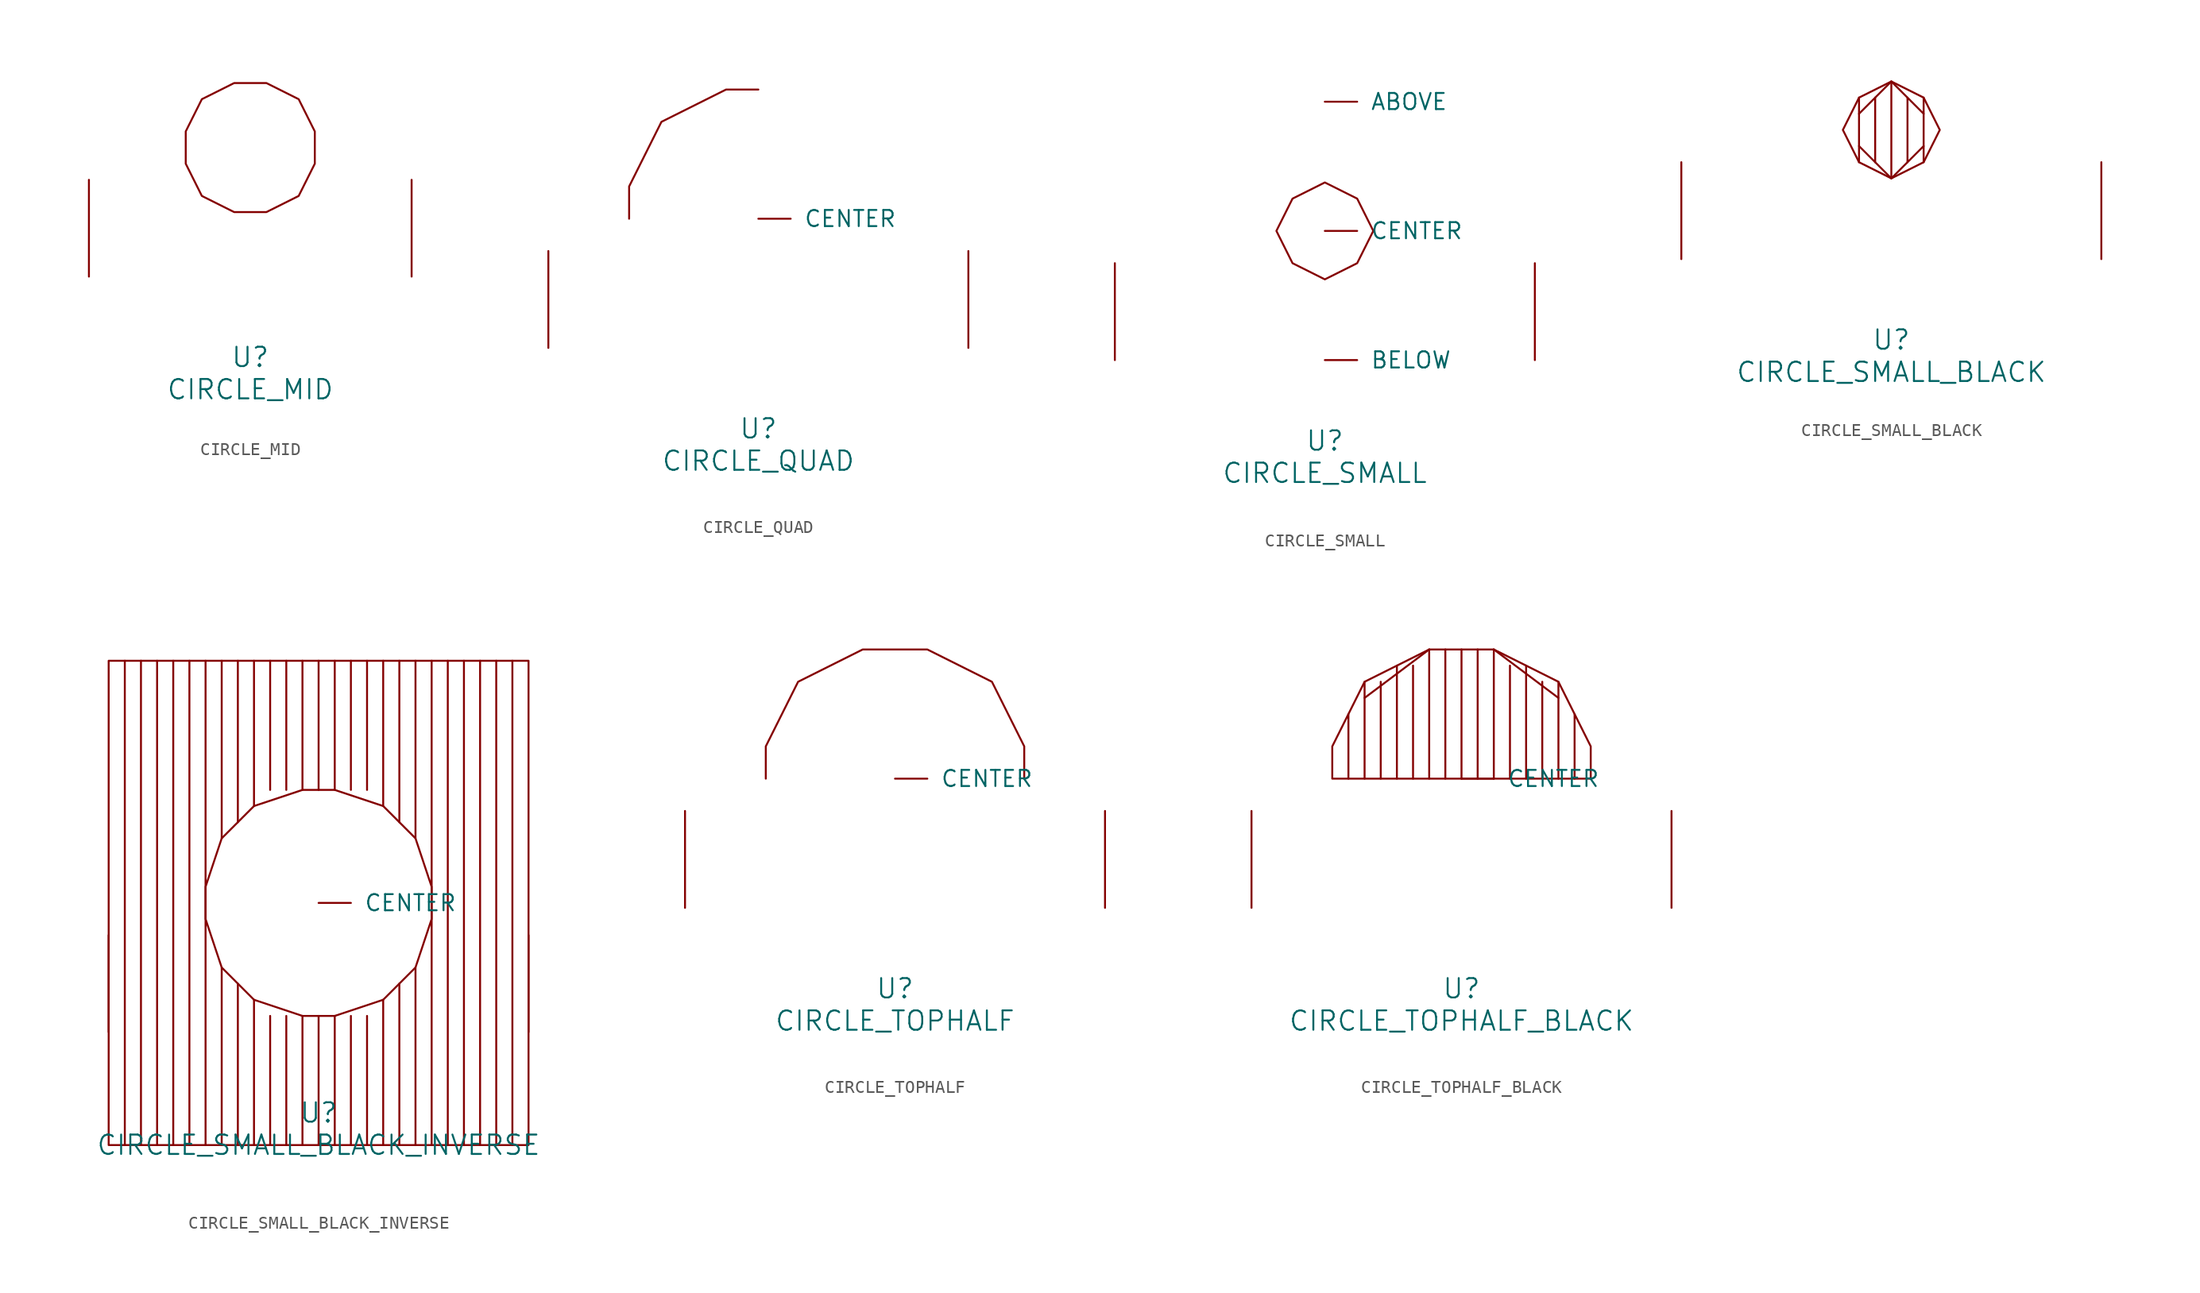
<source format=kicad_sym>
(kicad_symbol_lib
  (version 20220914)
  (generator font_lib2sym)
  (symbol "CIRCLE_MID"
    (pin_names
      (offset 1.016))
    (property "Reference" "U"
      (at 0 -6.35 0)
      (effects (font (size 1.524 1.524))))
    (property "Value" "CIRCLE_MID"
      (at 0 -8.89 0)
      (effects (font (size 1.524 1.524))))
    (symbol "CIRCLE_MID_0_1"
      (polyline (pts (xy 5.08 11.43) (xy 3.81 13.97) (xy 1.27 15.24) (xy -1.27 15.24) (xy -3.81 13.97) (xy -5.08 11.43) (xy -5.08 8.89) (xy -3.81 6.35) (xy -1.27 5.08) (xy 1.27 5.08) (xy 3.81 6.35) (xy 5.08 8.89) (xy 5.08 11.43)) (stroke (width 0) (type solid)) (fill (type none)))
      (pin input line (at -12.7 0 90) (length 7.62) (name "~" (effects (font (size 1.27 1.27)))) (number "~" (effects (font (size 1.27 1.27)))))
      (pin input line (at 12.7 0 90) (length 7.62) (name "~" (effects (font (size 1.27 1.27)))) (number "~" (effects (font (size 1.27 1.27)))))))
  (symbol "CIRCLE_QUAD"
    (pin_names
      (offset 1.016))
    (property "Reference" "U"
      (at 0 -6.35 0)
      (effects (font (size 1.524 1.524))))
    (property "Value" "CIRCLE_QUAD"
      (at 0 -8.89 0)
      (effects (font (size 1.524 1.524))))
    (symbol "CIRCLE_QUAD_0_1"
      (polyline (pts (xy -10.16 10.16) (xy -10.16 12.7) (xy -7.62 17.78) (xy -2.54 20.32) (xy 0 20.32)) (stroke (width 0) (type solid)) (fill (type none)))
      (pin input line (at 0 10.16 0) (length 2.54) (name "CENTER" (effects (font (size 1.27 1.27)))) (number "~" (effects (font (size 1.27 1.27)))))
      (pin input line (at -16.51 0 90) (length 7.62) (name "~" (effects (font (size 1.27 1.27)))) (number "~" (effects (font (size 1.27 1.27)))))
      (pin input line (at 16.51 0 90) (length 7.62) (name "~" (effects (font (size 1.27 1.27)))) (number "~" (effects (font (size 1.27 1.27)))))))
  (symbol "CIRCLE_SMALL"
    (pin_names
      (offset 1.016))
    (property "Reference" "U"
      (at 0 -6.35 0)
      (effects (font (size 1.524 1.524))))
    (property "Value" "CIRCLE_SMALL"
      (at 0 -8.89 0)
      (effects (font (size 1.524 1.524))))
    (symbol "CIRCLE_SMALL_0_1"
      (polyline (pts (xy -2.54 12.7) (xy 0 13.97) (xy 2.54 12.7) (xy 3.81 10.16) (xy 2.54 7.62) (xy 0 6.35) (xy -2.54 7.62) (xy -3.81 10.16) (xy -2.54 12.7)) (stroke (width 0) (type solid)) (fill (type none)))
      (pin input line (at 0 20.32 0) (length 2.54) (name "ABOVE" (effects (font (size 1.27 1.27)))) (number "~" (effects (font (size 1.27 1.27)))))
      (pin input line (at 0 0 0) (length 2.54) (name "BELOW" (effects (font (size 1.27 1.27)))) (number "~" (effects (font (size 1.27 1.27)))))
      (pin input line (at 0 10.16 0) (length 2.54) (name "CENTER" (effects (font (size 1.27 1.27)))) (number "~" (effects (font (size 1.27 1.27)))))
      (pin input line (at -16.51 0 90) (length 7.62) (name "~" (effects (font (size 1.27 1.27)))) (number "~" (effects (font (size 1.27 1.27)))))
      (pin input line (at 16.51 0 90) (length 7.62) (name "~" (effects (font (size 1.27 1.27)))) (number "~" (effects (font (size 1.27 1.27)))))))
  (symbol "CIRCLE_SMALL_BLACK"
    (pin_names
      (offset 1.016))
    (property "Reference" "U"
      (at 0 -6.35 0)
      (effects (font (size 1.524 1.524))))
    (property "Value" "CIRCLE_SMALL_BLACK"
      (at 0 -8.89 0)
      (effects (font (size 1.524 1.524))))
    (symbol "CIRCLE_SMALL_BLACK_0_1"
      (polyline (pts (xy -2.54 12.7) (xy -2.54 7.62)) (stroke (width 0) (type solid)) (fill (type none)))
      (polyline (pts (xy -1.27 7.62) (xy -1.27 12.7)) (stroke (width 0) (type solid)) (fill (type none)))
      (polyline (pts (xy 0 13.97) (xy 0 6.35)) (stroke (width 0) (type solid)) (fill (type none)))
      (polyline (pts (xy 1.27 7.62) (xy 1.27 12.7)) (stroke (width 0) (type solid)) (fill (type none)))
      (polyline (pts (xy 2.54 12.7) (xy 2.54 7.62)) (stroke (width 0) (type solid)) (fill (type none)))
      (polyline (pts (xy -2.54 8.89) (xy 0 6.35) (xy 2.54 8.89)) (stroke (width 0) (type solid)) (fill (type none)))
      (polyline (pts (xy -2.54 11.43) (xy 0 13.97) (xy 2.54 11.43)) (stroke (width 0) (type solid)) (fill (type none)))
      (polyline (pts (xy -2.54 12.7) (xy 0 13.97) (xy 2.54 12.7) (xy 3.81 10.16) (xy 2.54 7.62) (xy 0 6.35) (xy -2.54 7.62) (xy -3.81 10.16) (xy -2.54 12.7)) (stroke (width 0) (type solid)) (fill (type none)))
      (pin input line (at -16.51 0 90) (length 7.62) (name "~" (effects (font (size 1.27 1.27)))) (number "~" (effects (font (size 1.27 1.27)))))
      (pin input line (at 16.51 0 90) (length 7.62) (name "~" (effects (font (size 1.27 1.27)))) (number "~" (effects (font (size 1.27 1.27)))))))
  (symbol "CIRCLE_SMALL_BLACK_INVERSE"
    (pin_names
      (offset 1.016))
    (property "Reference" "U"
      (at 0 -6.35 0)
      (effects (font (size 1.524 1.524))))
    (property "Value" "CIRCLE_SMALL_BLACK_INVERSE"
      (at 0 -8.89 0)
      (effects (font (size 1.524 1.524))))
    (symbol "CIRCLE_SMALL_BLACK_INVERSE_0_1"
      (polyline (pts (xy -15.24 29.21) (xy -15.24 -8.89)) (stroke (width 0) (type solid)) (fill (type none)))
      (polyline (pts (xy -13.97 -8.89) (xy -13.97 29.21)) (stroke (width 0) (type solid)) (fill (type none)))
      (polyline (pts (xy -12.7 29.21) (xy -12.7 -8.89)) (stroke (width 0) (type solid)) (fill (type none)))
      (polyline (pts (xy -11.43 -8.89) (xy -11.43 29.21)) (stroke (width 0) (type solid)) (fill (type none)))
      (polyline (pts (xy -10.16 29.21) (xy -10.16 -8.89)) (stroke (width 0) (type solid)) (fill (type none)))
      (polyline (pts (xy -8.89 -8.89) (xy -8.89 29.21)) (stroke (width 0) (type solid)) (fill (type none)))
      (polyline (pts (xy -7.62 -8.89) (xy -7.62 5.08)) (stroke (width 0) (type solid)) (fill (type none)))
      (polyline (pts (xy -7.62 29.21) (xy -7.62 15.24)) (stroke (width 0) (type solid)) (fill (type none)))
      (polyline (pts (xy -6.35 3.81) (xy -6.35 -8.89)) (stroke (width 0) (type solid)) (fill (type none)))
      (polyline (pts (xy -6.35 16.51) (xy -6.35 29.21)) (stroke (width 0) (type solid)) (fill (type none)))
      (polyline (pts (xy -5.08 -8.89) (xy -5.08 2.54)) (stroke (width 0) (type solid)) (fill (type none)))
      (polyline (pts (xy -5.08 29.21) (xy -5.08 17.78)) (stroke (width 0) (type solid)) (fill (type none)))
      (polyline (pts (xy -3.81 1.27) (xy -3.81 -8.89)) (stroke (width 0) (type solid)) (fill (type none)))
      (polyline (pts (xy -3.81 19.05) (xy -3.81 29.21)) (stroke (width 0) (type solid)) (fill (type none)))
      (polyline (pts (xy -2.54 -8.89) (xy -2.54 1.27)) (stroke (width 0) (type solid)) (fill (type none)))
      (polyline (pts (xy -2.54 29.21) (xy -2.54 19.05)) (stroke (width 0) (type solid)) (fill (type none)))
      (polyline (pts (xy -1.27 1.27) (xy -1.27 -8.89)) (stroke (width 0) (type solid)) (fill (type none)))
      (polyline (pts (xy -1.27 19.05) (xy -1.27 29.21)) (stroke (width 0) (type solid)) (fill (type none)))
      (polyline (pts (xy 0 -8.89) (xy 0 1.27)) (stroke (width 0) (type solid)) (fill (type none)))
      (polyline (pts (xy 0 29.21) (xy 0 19.05)) (stroke (width 0) (type solid)) (fill (type none)))
      (polyline (pts (xy 1.27 1.27) (xy 1.27 -8.89)) (stroke (width 0) (type solid)) (fill (type none)))
      (polyline (pts (xy 1.27 19.05) (xy 1.27 29.21)) (stroke (width 0) (type solid)) (fill (type none)))
      (polyline (pts (xy 2.54 -8.89) (xy 2.54 1.27)) (stroke (width 0) (type solid)) (fill (type none)))
      (polyline (pts (xy 2.54 29.21) (xy 2.54 19.05)) (stroke (width 0) (type solid)) (fill (type none)))
      (polyline (pts (xy 3.81 1.27) (xy 3.81 -8.89)) (stroke (width 0) (type solid)) (fill (type none)))
      (polyline (pts (xy 3.81 19.05) (xy 3.81 29.21)) (stroke (width 0) (type solid)) (fill (type none)))
      (polyline (pts (xy 5.08 -8.89) (xy 5.08 2.54)) (stroke (width 0) (type solid)) (fill (type none)))
      (polyline (pts (xy 5.08 29.21) (xy 5.08 17.78)) (stroke (width 0) (type solid)) (fill (type none)))
      (polyline (pts (xy 6.35 3.81) (xy 6.35 -8.89)) (stroke (width 0) (type solid)) (fill (type none)))
      (polyline (pts (xy 6.35 16.51) (xy 6.35 29.21)) (stroke (width 0) (type solid)) (fill (type none)))
      (polyline (pts (xy 7.62 -8.89) (xy 7.62 5.08)) (stroke (width 0) (type solid)) (fill (type none)))
      (polyline (pts (xy 7.62 29.21) (xy 7.62 15.24)) (stroke (width 0) (type solid)) (fill (type none)))
      (polyline (pts (xy 8.89 -8.89) (xy 8.89 29.21)) (stroke (width 0) (type solid)) (fill (type none)))
      (polyline (pts (xy 10.16 29.21) (xy 10.16 -8.89)) (stroke (width 0) (type solid)) (fill (type none)))
      (polyline (pts (xy 11.43 -8.89) (xy 11.43 29.21)) (stroke (width 0) (type solid)) (fill (type none)))
      (polyline (pts (xy 12.7 29.21) (xy 12.7 -8.89)) (stroke (width 0) (type solid)) (fill (type none)))
      (polyline (pts (xy 13.97 -8.89) (xy 13.97 29.21)) (stroke (width 0) (type solid)) (fill (type none)))
      (polyline (pts (xy 15.24 29.21) (xy 15.24 -8.89)) (stroke (width 0) (type solid)) (fill (type none)))
      (polyline (pts (xy 16.51 -8.89) (xy -16.51 -8.89) (xy -16.51 29.21) (xy 16.51 29.21) (xy 16.51 -8.89)) (stroke (width 0) (type solid)) (fill (type none)))
      (polyline (pts (xy -8.89 8.89) (xy -8.89 11.43) (xy -7.62 15.24) (xy -5.08 17.78) (xy -1.27 19.05) (xy 1.27 19.05) (xy 5.08 17.78) (xy 7.62 15.24) (xy 8.89 11.43) (xy 8.89 8.89) (xy 7.62 5.08) (xy 5.08 2.54) (xy 1.27 1.27) (xy -1.27 1.27) (xy -5.08 2.54) (xy -7.62 5.08) (xy -8.89 8.89)) (stroke (width 0) (type solid)) (fill (type none)))
      (pin input line (at 0 10.16 0) (length 2.54) (name "CENTER" (effects (font (size 1.27 1.27)))) (number "~" (effects (font (size 1.27 1.27)))))
      (pin input line (at -16.51 0 90) (length 7.62) (name "~" (effects (font (size 1.27 1.27)))) (number "~" (effects (font (size 1.27 1.27)))))
      (pin input line (at 16.51 0 90) (length 7.62) (name "~" (effects (font (size 1.27 1.27)))) (number "~" (effects (font (size 1.27 1.27)))))))
  (symbol "CIRCLE_TOPHALF"
    (pin_names
      (offset 1.016))
    (property "Reference" "U"
      (at 0 -6.35 0)
      (effects (font (size 1.524 1.524))))
    (property "Value" "CIRCLE_TOPHALF"
      (at 0 -8.89 0)
      (effects (font (size 1.524 1.524))))
    (symbol "CIRCLE_TOPHALF_0_1"
      (polyline (pts (xy -10.16 10.16) (xy -10.16 12.7) (xy -7.62 17.78) (xy -2.54 20.32) (xy 2.54 20.32) (xy 7.62 17.78) (xy 10.16 12.7) (xy 10.16 10.16)) (stroke (width 0) (type solid)) (fill (type none)))
      (pin input line (at 0 10.16 0) (length 2.54) (name "CENTER" (effects (font (size 1.27 1.27)))) (number "~" (effects (font (size 1.27 1.27)))))
      (pin input line (at -16.51 0 90) (length 7.62) (name "~" (effects (font (size 1.27 1.27)))) (number "~" (effects (font (size 1.27 1.27)))))
      (pin input line (at 16.51 0 90) (length 7.62) (name "~" (effects (font (size 1.27 1.27)))) (number "~" (effects (font (size 1.27 1.27)))))))
  (symbol "CIRCLE_TOPHALF_BLACK"
    (pin_names
      (offset 1.016))
    (property "Reference" "U"
      (at 0 -6.35 0)
      (effects (font (size 1.524 1.524))))
    (property "Value" "CIRCLE_TOPHALF_BLACK"
      (at 0 -8.89 0)
      (effects (font (size 1.524 1.524))))
    (symbol "CIRCLE_TOPHALF_BLACK_0_1"
      (polyline (pts (xy -8.89 15.24) (xy -8.89 10.16)) (stroke (width 0) (type solid)) (fill (type none)))
      (polyline (pts (xy -7.62 17.78) (xy -7.62 10.16)) (stroke (width 0) (type solid)) (fill (type none)))
      (polyline (pts (xy -6.35 10.16) (xy -6.35 17.78)) (stroke (width 0) (type solid)) (fill (type none)))
      (polyline (pts (xy -5.08 19.05) (xy -5.08 10.16)) (stroke (width 0) (type solid)) (fill (type none)))
      (polyline (pts (xy -3.81 10.16) (xy -3.81 19.05)) (stroke (width 0) (type solid)) (fill (type none)))
      (polyline (pts (xy -2.54 20.32) (xy -7.62 16.51)) (stroke (width 0) (type solid)) (fill (type none)))
      (polyline (pts (xy -2.54 20.32) (xy -2.54 10.16)) (stroke (width 0) (type solid)) (fill (type none)))
      (polyline (pts (xy -1.27 20.32) (xy -1.27 10.16)) (stroke (width 0) (type solid)) (fill (type none)))
      (polyline (pts (xy 0 20.32) (xy 0 10.16)) (stroke (width 0) (type solid)) (fill (type none)))
      (polyline (pts (xy 1.27 20.32) (xy 1.27 10.16)) (stroke (width 0) (type solid)) (fill (type none)))
      (polyline (pts (xy 2.54 10.16) (xy 2.54 20.32)) (stroke (width 0) (type solid)) (fill (type none)))
      (polyline (pts (xy 2.54 20.32) (xy 7.62 16.51)) (stroke (width 0) (type solid)) (fill (type none)))
      (polyline (pts (xy 3.81 19.05) (xy 3.81 10.16)) (stroke (width 0) (type solid)) (fill (type none)))
      (polyline (pts (xy 5.08 10.16) (xy 5.08 19.05)) (stroke (width 0) (type solid)) (fill (type none)))
      (polyline (pts (xy 6.35 17.78) (xy 6.35 10.16)) (stroke (width 0) (type solid)) (fill (type none)))
      (polyline (pts (xy 7.62 17.78) (xy 7.62 10.16)) (stroke (width 0) (type solid)) (fill (type none)))
      (polyline (pts (xy 8.89 15.24) (xy 8.89 10.16)) (stroke (width 0) (type solid)) (fill (type none)))
      (polyline (pts (xy -10.16 10.16) (xy -10.16 12.7) (xy -7.62 17.78) (xy -2.54 20.32) (xy 2.54 20.32) (xy 7.62 17.78) (xy 10.16 12.7) (xy 10.16 10.16) (xy -10.16 10.16)) (stroke (width 0) (type solid)) (fill (type none)))
      (pin input line (at 0 10.16 0) (length 2.54) (name "CENTER" (effects (font (size 1.27 1.27)))) (number "~" (effects (font (size 1.27 1.27)))))
      (pin input line (at -16.51 0 90) (length 7.62) (name "~" (effects (font (size 1.27 1.27)))) (number "~" (effects (font (size 1.27 1.27)))))
      (pin input line (at 16.51 0 90) (length 7.62) (name "~" (effects (font (size 1.27 1.27)))) (number "~" (effects (font (size 1.27 1.27))))))))
</source>
